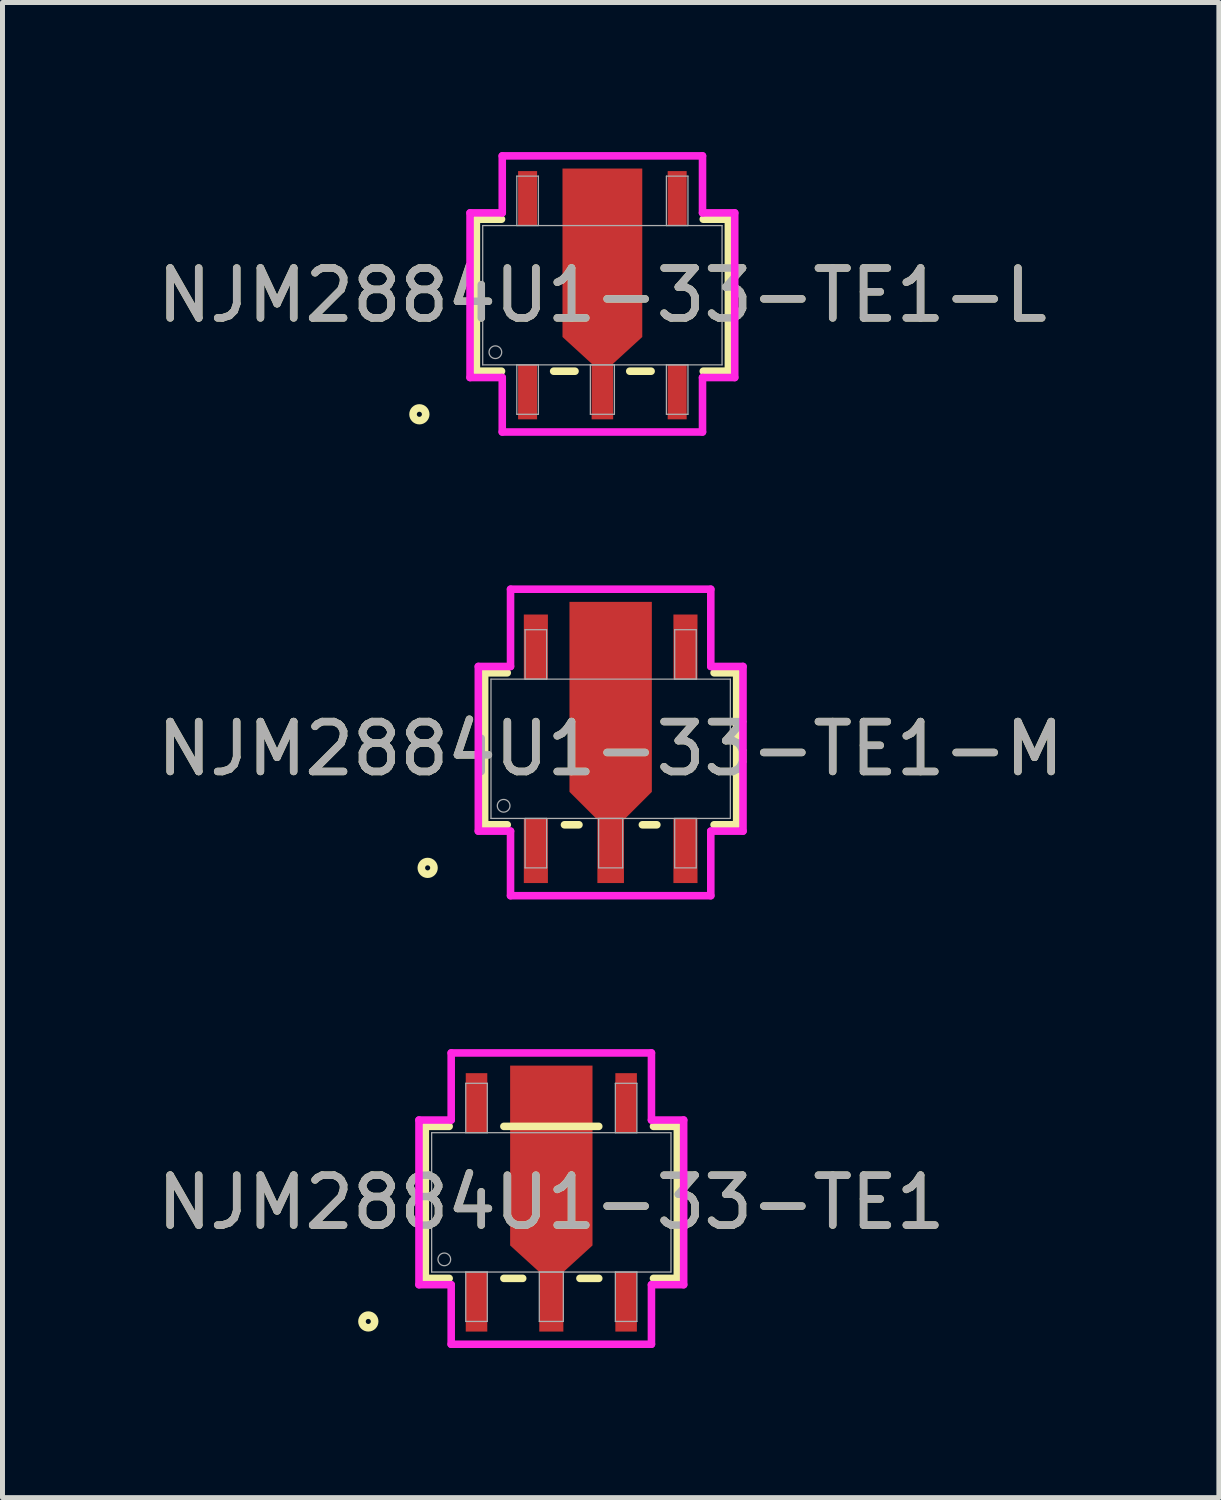
<source format=kicad_pcb>
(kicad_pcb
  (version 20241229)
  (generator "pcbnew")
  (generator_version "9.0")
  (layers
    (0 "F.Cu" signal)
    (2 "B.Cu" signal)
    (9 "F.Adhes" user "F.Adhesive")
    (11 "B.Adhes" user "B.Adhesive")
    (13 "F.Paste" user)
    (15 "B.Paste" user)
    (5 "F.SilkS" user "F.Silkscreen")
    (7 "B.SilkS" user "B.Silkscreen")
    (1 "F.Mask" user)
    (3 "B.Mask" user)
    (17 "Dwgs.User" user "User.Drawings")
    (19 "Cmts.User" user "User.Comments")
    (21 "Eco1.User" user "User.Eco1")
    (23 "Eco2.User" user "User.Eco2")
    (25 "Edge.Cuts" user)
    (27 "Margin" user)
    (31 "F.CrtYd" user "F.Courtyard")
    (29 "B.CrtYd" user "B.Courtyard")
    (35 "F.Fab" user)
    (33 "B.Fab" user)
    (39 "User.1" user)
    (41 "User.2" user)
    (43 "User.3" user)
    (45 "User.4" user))
  (footprint "NJM2884U1-33-TE1"
    (layer "F.Cu")
    (at 8.006 21.062)
    (property "Reference" "NJM2884U1-33-TE1" (at 0 0 0) (unlocked yes) (layer "F.SilkS") (effects (font (size 1 1) (thickness 0.15))))
    (attr smd)
    (fp_poly (pts (xy -0.241 1.397) (xy -0.826 0.864) (xy -0.826 -2.743) (xy -0.267 -2.743) (xy 0.267 -2.743) (xy 0.826 -2.743) (xy 0.826 0.864) (xy 0.241 1.397)) (stroke (width 0) (type solid)) (fill yes) (layer "F.Cu"))
    (fp_poly (pts (xy -0.241 1.397) (xy -0.826 0.864) (xy -0.826 -2.743) (xy -0.267 -2.743) (xy 0.267 -2.743) (xy 0.826 -2.743) (xy 0.826 0.864) (xy 0.241 1.397)) (stroke (width 0) (type solid)) (fill yes) (layer "F.Mask"))
    (fp_line (start -2.527 -1.524) (end -2.527 1.524) (stroke (width 0.152) (type solid)) (layer "F.SilkS"))
    (fp_line (start -2.527 1.524) (end -2.049 1.524) (stroke (width 0.152) (type solid)) (layer "F.SilkS"))
    (fp_line (start -2.049 -1.524) (end -2.527 -1.524) (stroke (width 0.152) (type solid)) (layer "F.SilkS"))
    (fp_line (start -0.951 1.524) (end -0.574 1.524) (stroke (width 0.152) (type solid)) (layer "F.SilkS"))
    (fp_line (start 0.574 1.524) (end 0.951 1.524) (stroke (width 0.152) (type solid)) (layer "F.SilkS"))
    (fp_line (start 0.951 -1.524) (end -0.951 -1.524) (stroke (width 0.152) (type solid)) (layer "F.SilkS"))
    (fp_line (start 2.049 1.524) (end 2.527 1.524) (stroke (width 0.152) (type solid)) (layer "F.SilkS"))
    (fp_line (start 2.527 -1.524) (end 2.049 -1.524) (stroke (width 0.152) (type solid)) (layer "F.SilkS"))
    (fp_line (start 2.527 1.524) (end 2.527 -1.524) (stroke (width 0.152) (type solid)) (layer "F.SilkS"))
    (fp_circle (center -3.67 2.388) (end -3.543 2.388) (stroke (width 0.152) (type solid)) (fill no) (layer "F.SilkS"))
    (fp_poly (pts (xy -0.241 1.397) (xy -0.826 0.864) (xy -0.826 -2.743) (xy -0.267 -2.743) (xy 0.267 -2.743) (xy 0.826 -2.743) (xy 0.826 0.864) (xy 0.241 1.397)) (stroke (width 0) (type solid)) (fill yes) (layer "F.Paste"))
    (fp_line (start -2.654 -1.651) (end -2.008 -1.651) (stroke (width 0.152) (type solid)) (layer "F.CrtYd"))
    (fp_line (start -2.654 1.651) (end -2.654 -1.651) (stroke (width 0.152) (type solid)) (layer "F.CrtYd"))
    (fp_line (start -2.008 -2.997) (end 2.008 -2.997) (stroke (width 0.152) (type solid)) (layer "F.CrtYd"))
    (fp_line (start -2.008 -1.651) (end -2.008 -2.997) (stroke (width 0.152) (type solid)) (layer "F.CrtYd"))
    (fp_line (start -2.008 1.651) (end -2.654 1.651) (stroke (width 0.152) (type solid)) (layer "F.CrtYd"))
    (fp_line (start -2.008 2.845) (end -2.008 1.651) (stroke (width 0.152) (type solid)) (layer "F.CrtYd"))
    (fp_line (start 2.008 -2.997) (end 2.008 -1.651) (stroke (width 0.152) (type solid)) (layer "F.CrtYd"))
    (fp_line (start 2.008 -1.651) (end 2.654 -1.651) (stroke (width 0.152) (type solid)) (layer "F.CrtYd"))
    (fp_line (start 2.008 1.651) (end 2.008 2.845) (stroke (width 0.152) (type solid)) (layer "F.CrtYd"))
    (fp_line (start 2.008 2.845) (end -2.008 2.845) (stroke (width 0.152) (type solid)) (layer "F.CrtYd"))
    (fp_line (start 2.654 -1.651) (end 2.654 1.651) (stroke (width 0.152) (type solid)) (layer "F.CrtYd"))
    (fp_line (start 2.654 1.651) (end 2.008 1.651) (stroke (width 0.152) (type solid)) (layer "F.CrtYd"))
    (fp_line (start -2.4 -1.397) (end -2.4 1.397) (stroke (width 0.025) (type solid)) (layer "F.Fab"))
    (fp_line (start -2.4 1.397) (end 2.4 1.397) (stroke (width 0.025) (type solid)) (layer "F.Fab"))
    (fp_line (start -1.716 -2.388) (end -1.716 -1.397) (stroke (width 0.025) (type solid)) (layer "F.Fab"))
    (fp_line (start -1.716 -1.397) (end -1.284 -1.397) (stroke (width 0.025) (type solid)) (layer "F.Fab"))
    (fp_line (start -1.716 1.397) (end -1.716 2.388) (stroke (width 0.025) (type solid)) (layer "F.Fab"))
    (fp_line (start -1.716 2.388) (end -1.284 2.388) (stroke (width 0.025) (type solid)) (layer "F.Fab"))
    (fp_line (start -1.284 -2.388) (end -1.716 -2.388) (stroke (width 0.025) (type solid)) (layer "F.Fab"))
    (fp_line (start -1.284 -1.397) (end -1.284 -2.388) (stroke (width 0.025) (type solid)) (layer "F.Fab"))
    (fp_line (start -1.284 1.397) (end -1.716 1.397) (stroke (width 0.025) (type solid)) (layer "F.Fab"))
    (fp_line (start -1.284 2.388) (end -1.284 1.397) (stroke (width 0.025) (type solid)) (layer "F.Fab"))
    (fp_line (start -0.241 1.397) (end -0.241 2.388) (stroke (width 0.025) (type solid)) (layer "F.Fab"))
    (fp_line (start -0.241 2.388) (end 0.241 2.388) (stroke (width 0.025) (type solid)) (layer "F.Fab"))
    (fp_line (start 0.241 1.397) (end -0.241 1.397) (stroke (width 0.025) (type solid)) (layer "F.Fab"))
    (fp_line (start 0.241 2.388) (end 0.241 1.397) (stroke (width 0.025) (type solid)) (layer "F.Fab"))
    (fp_line (start 1.284 -2.388) (end 1.284 -1.397) (stroke (width 0.025) (type solid)) (layer "F.Fab"))
    (fp_line (start 1.284 -1.397) (end 1.716 -1.397) (stroke (width 0.025) (type solid)) (layer "F.Fab"))
    (fp_line (start 1.284 1.397) (end 1.284 2.388) (stroke (width 0.025) (type solid)) (layer "F.Fab"))
    (fp_line (start 1.284 2.388) (end 1.716 2.388) (stroke (width 0.025) (type solid)) (layer "F.Fab"))
    (fp_line (start 1.716 -2.388) (end 1.284 -2.388) (stroke (width 0.025) (type solid)) (layer "F.Fab"))
    (fp_line (start 1.716 -1.397) (end 1.716 -2.388) (stroke (width 0.025) (type solid)) (layer "F.Fab"))
    (fp_line (start 1.716 1.397) (end 1.284 1.397) (stroke (width 0.025) (type solid)) (layer "F.Fab"))
    (fp_line (start 1.716 2.388) (end 1.716 1.397) (stroke (width 0.025) (type solid)) (layer "F.Fab"))
    (fp_line (start 2.4 -1.397) (end -2.4 -1.397) (stroke (width 0.025) (type solid)) (layer "F.Fab"))
    (fp_line (start 2.4 1.397) (end 2.4 -1.397) (stroke (width 0.025) (type solid)) (layer "F.Fab"))
    (fp_circle (center -2.146 1.143) (end -2.019 1.143) (stroke (width 0.025) (type solid)) (fill no) (layer "F.Fab"))
    (fp_text user "${REFERENCE}" (at 0 0 0) (unlocked yes) (layer "F.Fab") (effects (font (size 1 1) (thickness 0.15))))
    (pad "1" smd rect (at -1.5 1.994) (size 0.432 1.194) (layers "F.Cu" "F.Mask" "F.Paste"))
    (pad "2" smd rect (at 0 1.994) (size 0.483 1.194) (layers "F.Cu" "F.Mask" "F.Paste"))
    (pad "3" smd rect (at 1.5 1.994) (size 0.432 1.194) (layers "F.Cu" "F.Mask" "F.Paste"))
    (pad "4" smd rect (at 1.5 -1.994) (size 0.432 1.194) (layers "F.Cu" "F.Mask" "F.Paste"))
    (pad "5" smd rect (at -1.5 -1.994) (size 0.432 1.194) (layers "F.Cu" "F.Mask" "F.Paste")))
  (footprint "NJM2884U1-33-TE1-L"
    (layer "F.Cu")
    (at 9.03 2.87)
    (property "Reference" "NJM2884U1-33-TE1-L" (at 0 0 0) (unlocked yes) (layer "F.SilkS") (effects (font (size 1 1) (thickness 0.15))))
    (attr smd)
    (fp_poly (pts (xy -0.216 1.397) (xy -0.216 1.372) (xy -0.8 0.838) (xy -0.8 -2.54) (xy -0.241 -2.54) (xy 0.241 -2.54) (xy 0.8 -2.54) (xy 0.8 0.838) (xy 0.216 1.372) (xy 0.216 1.397)) (stroke (width 0) (type solid)) (fill yes) (layer "F.Cu"))
    (fp_poly (pts (xy -0.216 1.397) (xy -0.216 1.372) (xy -0.8 0.838) (xy -0.8 -2.54) (xy -0.241 -2.54) (xy 0.241 -2.54) (xy 0.8 -2.54) (xy 0.8 0.838) (xy 0.216 1.372) (xy 0.216 1.397)) (stroke (width 0) (type solid)) (fill yes) (layer "F.Mask"))
    (fp_line (start -2.527 -1.524) (end -2.527 1.524) (stroke (width 0.152) (type solid)) (layer "F.SilkS"))
    (fp_line (start -2.527 1.524) (end -2.023 1.524) (stroke (width 0.152) (type solid)) (layer "F.SilkS"))
    (fp_line (start -2.023 -1.524) (end -2.527 -1.524) (stroke (width 0.152) (type solid)) (layer "F.SilkS"))
    (fp_line (start -0.977 1.524) (end -0.549 1.524) (stroke (width 0.152) (type solid)) (layer "F.SilkS"))
    (fp_line (start 0.549 1.524) (end 0.977 1.524) (stroke (width 0.152) (type solid)) (layer "F.SilkS"))
    (fp_line (start 2.023 1.524) (end 2.527 1.524) (stroke (width 0.152) (type solid)) (layer "F.SilkS"))
    (fp_line (start 2.527 -1.524) (end 2.023 -1.524) (stroke (width 0.152) (type solid)) (layer "F.SilkS"))
    (fp_line (start 2.527 1.524) (end 2.527 -1.524) (stroke (width 0.152) (type solid)) (layer "F.SilkS"))
    (fp_circle (center -3.67 2.388) (end -3.543 2.388) (stroke (width 0.152) (type solid)) (fill no) (layer "F.SilkS"))
    (fp_poly (pts (xy -0.216 1.397) (xy -0.216 1.372) (xy -0.8 0.838) (xy -0.8 -2.54) (xy -0.241 -2.54) (xy 0.241 -2.54) (xy 0.8 -2.54) (xy 0.8 0.838) (xy 0.216 1.372) (xy 0.216 1.397)) (stroke (width 0) (type solid)) (fill yes) (layer "F.Paste"))
    (fp_line (start -2.654 -1.651) (end -2.008 -1.651) (stroke (width 0.152) (type solid)) (layer "F.CrtYd"))
    (fp_line (start -2.654 1.651) (end -2.654 -1.651) (stroke (width 0.152) (type solid)) (layer "F.CrtYd"))
    (fp_line (start -2.008 -2.794) (end 2.008 -2.794) (stroke (width 0.152) (type solid)) (layer "F.CrtYd"))
    (fp_line (start -2.008 -1.651) (end -2.008 -2.794) (stroke (width 0.152) (type solid)) (layer "F.CrtYd"))
    (fp_line (start -2.008 1.651) (end -2.654 1.651) (stroke (width 0.152) (type solid)) (layer "F.CrtYd"))
    (fp_line (start -2.008 2.743) (end -2.008 1.651) (stroke (width 0.152) (type solid)) (layer "F.CrtYd"))
    (fp_line (start 2.008 -2.794) (end 2.008 -1.651) (stroke (width 0.152) (type solid)) (layer "F.CrtYd"))
    (fp_line (start 2.008 -1.651) (end 2.654 -1.651) (stroke (width 0.152) (type solid)) (layer "F.CrtYd"))
    (fp_line (start 2.008 1.651) (end 2.008 2.743) (stroke (width 0.152) (type solid)) (layer "F.CrtYd"))
    (fp_line (start 2.008 2.743) (end -2.008 2.743) (stroke (width 0.152) (type solid)) (layer "F.CrtYd"))
    (fp_line (start 2.654 -1.651) (end 2.654 1.651) (stroke (width 0.152) (type solid)) (layer "F.CrtYd"))
    (fp_line (start 2.654 1.651) (end 2.008 1.651) (stroke (width 0.152) (type solid)) (layer "F.CrtYd"))
    (fp_line (start -2.4 -1.397) (end -2.4 1.397) (stroke (width 0.025) (type solid)) (layer "F.Fab"))
    (fp_line (start -2.4 1.397) (end 2.4 1.397) (stroke (width 0.025) (type solid)) (layer "F.Fab"))
    (fp_line (start -1.716 -2.388) (end -1.716 -1.397) (stroke (width 0.025) (type solid)) (layer "F.Fab"))
    (fp_line (start -1.716 -1.397) (end -1.284 -1.397) (stroke (width 0.025) (type solid)) (layer "F.Fab"))
    (fp_line (start -1.716 1.397) (end -1.716 2.388) (stroke (width 0.025) (type solid)) (layer "F.Fab"))
    (fp_line (start -1.716 2.388) (end -1.284 2.388) (stroke (width 0.025) (type solid)) (layer "F.Fab"))
    (fp_line (start -1.284 -2.388) (end -1.716 -2.388) (stroke (width 0.025) (type solid)) (layer "F.Fab"))
    (fp_line (start -1.284 -1.397) (end -1.284 -2.388) (stroke (width 0.025) (type solid)) (layer "F.Fab"))
    (fp_line (start -1.284 1.397) (end -1.716 1.397) (stroke (width 0.025) (type solid)) (layer "F.Fab"))
    (fp_line (start -1.284 2.388) (end -1.284 1.397) (stroke (width 0.025) (type solid)) (layer "F.Fab"))
    (fp_line (start -0.241 1.397) (end -0.241 2.388) (stroke (width 0.025) (type solid)) (layer "F.Fab"))
    (fp_line (start -0.241 2.388) (end 0.241 2.388) (stroke (width 0.025) (type solid)) (layer "F.Fab"))
    (fp_line (start 0.241 1.397) (end -0.241 1.397) (stroke (width 0.025) (type solid)) (layer "F.Fab"))
    (fp_line (start 0.241 2.388) (end 0.241 1.397) (stroke (width 0.025) (type solid)) (layer "F.Fab"))
    (fp_line (start 1.284 -2.388) (end 1.284 -1.397) (stroke (width 0.025) (type solid)) (layer "F.Fab"))
    (fp_line (start 1.284 -1.397) (end 1.716 -1.397) (stroke (width 0.025) (type solid)) (layer "F.Fab"))
    (fp_line (start 1.284 1.397) (end 1.284 2.388) (stroke (width 0.025) (type solid)) (layer "F.Fab"))
    (fp_line (start 1.284 2.388) (end 1.716 2.388) (stroke (width 0.025) (type solid)) (layer "F.Fab"))
    (fp_line (start 1.716 -2.388) (end 1.284 -2.388) (stroke (width 0.025) (type solid)) (layer "F.Fab"))
    (fp_line (start 1.716 -1.397) (end 1.716 -2.388) (stroke (width 0.025) (type solid)) (layer "F.Fab"))
    (fp_line (start 1.716 1.397) (end 1.284 1.397) (stroke (width 0.025) (type solid)) (layer "F.Fab"))
    (fp_line (start 1.716 2.388) (end 1.716 1.397) (stroke (width 0.025) (type solid)) (layer "F.Fab"))
    (fp_line (start 2.4 -1.397) (end -2.4 -1.397) (stroke (width 0.025) (type solid)) (layer "F.Fab"))
    (fp_line (start 2.4 1.397) (end 2.4 -1.397) (stroke (width 0.025) (type solid)) (layer "F.Fab"))
    (fp_circle (center -2.146 1.143) (end -2.019 1.143) (stroke (width 0.025) (type solid)) (fill no) (layer "F.Fab"))
    (fp_text user "${REFERENCE}" (at 0 0 0) (unlocked yes) (layer "F.Fab") (effects (font (size 1 1) (thickness 0.15))))
    (pad "1" smd rect (at -1.5 1.943) (size 0.381 1.092) (layers "F.Cu" "F.Mask" "F.Paste"))
    (pad "2" smd rect (at 0 1.943) (size 0.432 1.092) (layers "F.Cu" "F.Mask" "F.Paste"))
    (pad "3" smd rect (at 1.5 1.943) (size 0.381 1.092) (layers "F.Cu" "F.Mask" "F.Paste"))
    (pad "4" smd rect (at 1.5 -1.943) (size 0.381 1.092) (layers "F.Cu" "F.Mask" "F.Paste"))
    (pad "5" smd rect (at -1.5 -1.943) (size 0.381 1.092) (layers "F.Cu" "F.Mask" "F.Paste")))
  (footprint "NJM2884U1-33-TE1-M"
    (layer "F.Cu")
    (at 9.196 11.966)
    (property "Reference" "NJM2884U1-33-TE1-M" (at 0 0 0) (unlocked yes) (layer "F.SilkS") (effects (font (size 1 1) (thickness 0.15))))
    (attr smd)
    (fp_poly (pts (xy -0.267 1.397) (xy -0.267 1.422) (xy -0.826 0.864) (xy -0.826 -2.946) (xy -0.267 -2.946) (xy 0.267 -2.946) (xy 0.826 -2.946) (xy 0.826 0.864) (xy 0.267 1.422) (xy 0.267 1.397)) (stroke (width 0) (type solid)) (fill yes) (layer "F.Cu"))
    (fp_poly (pts (xy -0.267 1.397) (xy -0.267 1.422) (xy -0.826 0.864) (xy -0.826 -2.946) (xy -0.267 -2.946) (xy 0.267 -2.946) (xy 0.826 -2.946) (xy 0.826 0.864) (xy 0.267 1.422) (xy 0.267 1.397)) (stroke (width 0) (type solid)) (fill yes) (layer "F.Mask"))
    (fp_line (start -2.527 -1.524) (end -2.527 1.524) (stroke (width 0.152) (type solid)) (layer "F.SilkS"))
    (fp_line (start -2.527 1.524) (end -2.074 1.524) (stroke (width 0.152) (type solid)) (layer "F.SilkS"))
    (fp_line (start -2.074 -1.524) (end -2.527 -1.524) (stroke (width 0.152) (type solid)) (layer "F.SilkS"))
    (fp_line (start -0.926 1.524) (end -0.636 1.524) (stroke (width 0.152) (type solid)) (layer "F.SilkS"))
    (fp_line (start 0.636 1.524) (end 0.926 1.524) (stroke (width 0.152) (type solid)) (layer "F.SilkS"))
    (fp_line (start 2.074 1.524) (end 2.527 1.524) (stroke (width 0.152) (type solid)) (layer "F.SilkS"))
    (fp_line (start 2.527 -1.524) (end 2.074 -1.524) (stroke (width 0.152) (type solid)) (layer "F.SilkS"))
    (fp_line (start 2.527 1.524) (end 2.527 -1.524) (stroke (width 0.152) (type solid)) (layer "F.SilkS"))
    (fp_circle (center -3.67 2.388) (end -3.543 2.388) (stroke (width 0.152) (type solid)) (fill no) (layer "F.SilkS"))
    (fp_poly (pts (xy -0.267 1.397) (xy -0.267 1.422) (xy -0.826 0.864) (xy -0.826 -2.946) (xy -0.267 -2.946) (xy 0.267 -2.946) (xy 0.826 -2.946) (xy 0.826 0.864) (xy 0.267 1.422) (xy 0.267 1.397)) (stroke (width 0) (type solid)) (fill yes) (layer "F.Paste"))
    (fp_line (start -2.654 -1.651) (end -2.008 -1.651) (stroke (width 0.152) (type solid)) (layer "F.CrtYd"))
    (fp_line (start -2.654 1.651) (end -2.654 -1.651) (stroke (width 0.152) (type solid)) (layer "F.CrtYd"))
    (fp_line (start -2.008 -3.2) (end 2.008 -3.2) (stroke (width 0.152) (type solid)) (layer "F.CrtYd"))
    (fp_line (start -2.008 -1.651) (end -2.008 -3.2) (stroke (width 0.152) (type solid)) (layer "F.CrtYd"))
    (fp_line (start -2.008 1.651) (end -2.654 1.651) (stroke (width 0.152) (type solid)) (layer "F.CrtYd"))
    (fp_line (start -2.008 2.946) (end -2.008 1.651) (stroke (width 0.152) (type solid)) (layer "F.CrtYd"))
    (fp_line (start 2.008 -3.2) (end 2.008 -1.651) (stroke (width 0.152) (type solid)) (layer "F.CrtYd"))
    (fp_line (start 2.008 -1.651) (end 2.654 -1.651) (stroke (width 0.152) (type solid)) (layer "F.CrtYd"))
    (fp_line (start 2.008 1.651) (end 2.008 2.946) (stroke (width 0.152) (type solid)) (layer "F.CrtYd"))
    (fp_line (start 2.008 2.946) (end -2.008 2.946) (stroke (width 0.152) (type solid)) (layer "F.CrtYd"))
    (fp_line (start 2.654 -1.651) (end 2.654 1.651) (stroke (width 0.152) (type solid)) (layer "F.CrtYd"))
    (fp_line (start 2.654 1.651) (end 2.008 1.651) (stroke (width 0.152) (type solid)) (layer "F.CrtYd"))
    (fp_line (start -2.4 -1.397) (end -2.4 1.397) (stroke (width 0.025) (type solid)) (layer "F.Fab"))
    (fp_line (start -2.4 1.397) (end 2.4 1.397) (stroke (width 0.025) (type solid)) (layer "F.Fab"))
    (fp_line (start -1.716 -2.388) (end -1.716 -1.397) (stroke (width 0.025) (type solid)) (layer "F.Fab"))
    (fp_line (start -1.716 -1.397) (end -1.284 -1.397) (stroke (width 0.025) (type solid)) (layer "F.Fab"))
    (fp_line (start -1.716 1.397) (end -1.716 2.388) (stroke (width 0.025) (type solid)) (layer "F.Fab"))
    (fp_line (start -1.716 2.388) (end -1.284 2.388) (stroke (width 0.025) (type solid)) (layer "F.Fab"))
    (fp_line (start -1.284 -2.388) (end -1.716 -2.388) (stroke (width 0.025) (type solid)) (layer "F.Fab"))
    (fp_line (start -1.284 -1.397) (end -1.284 -2.388) (stroke (width 0.025) (type solid)) (layer "F.Fab"))
    (fp_line (start -1.284 1.397) (end -1.716 1.397) (stroke (width 0.025) (type solid)) (layer "F.Fab"))
    (fp_line (start -1.284 2.388) (end -1.284 1.397) (stroke (width 0.025) (type solid)) (layer "F.Fab"))
    (fp_line (start -0.241 1.397) (end -0.241 2.388) (stroke (width 0.025) (type solid)) (layer "F.Fab"))
    (fp_line (start -0.241 2.388) (end 0.241 2.388) (stroke (width 0.025) (type solid)) (layer "F.Fab"))
    (fp_line (start 0.241 1.397) (end -0.241 1.397) (stroke (width 0.025) (type solid)) (layer "F.Fab"))
    (fp_line (start 0.241 2.388) (end 0.241 1.397) (stroke (width 0.025) (type solid)) (layer "F.Fab"))
    (fp_line (start 1.284 -2.388) (end 1.284 -1.397) (stroke (width 0.025) (type solid)) (layer "F.Fab"))
    (fp_line (start 1.284 -1.397) (end 1.716 -1.397) (stroke (width 0.025) (type solid)) (layer "F.Fab"))
    (fp_line (start 1.284 1.397) (end 1.284 2.388) (stroke (width 0.025) (type solid)) (layer "F.Fab"))
    (fp_line (start 1.284 2.388) (end 1.716 2.388) (stroke (width 0.025) (type solid)) (layer "F.Fab"))
    (fp_line (start 1.716 -2.388) (end 1.284 -2.388) (stroke (width 0.025) (type solid)) (layer "F.Fab"))
    (fp_line (start 1.716 -1.397) (end 1.716 -2.388) (stroke (width 0.025) (type solid)) (layer "F.Fab"))
    (fp_line (start 1.716 1.397) (end 1.284 1.397) (stroke (width 0.025) (type solid)) (layer "F.Fab"))
    (fp_line (start 1.716 2.388) (end 1.716 1.397) (stroke (width 0.025) (type solid)) (layer "F.Fab"))
    (fp_line (start 2.4 -1.397) (end -2.4 -1.397) (stroke (width 0.025) (type solid)) (layer "F.Fab"))
    (fp_line (start 2.4 1.397) (end 2.4 -1.397) (stroke (width 0.025) (type solid)) (layer "F.Fab"))
    (fp_circle (center -2.146 1.143) (end -2.019 1.143) (stroke (width 0.025) (type solid)) (fill no) (layer "F.Fab"))
    (fp_text user "${REFERENCE}" (at 0 0 0) (unlocked yes) (layer "F.Fab") (effects (font (size 1 1) (thickness 0.15))))
    (pad "1" smd rect (at -1.5 2.045) (size 0.483 1.295) (layers "F.Cu" "F.Mask" "F.Paste"))
    (pad "2" smd rect (at 0 2.045) (size 0.533 1.295) (layers "F.Cu" "F.Mask" "F.Paste"))
    (pad "3" smd rect (at 1.5 2.045) (size 0.483 1.295) (layers "F.Cu" "F.Mask" "F.Paste"))
    (pad "4" smd rect (at 1.5 -2.045) (size 0.483 1.295) (layers "F.Cu" "F.Mask" "F.Paste"))
    (pad "5" smd rect (at -1.5 -2.045) (size 0.483 1.295) (layers "F.Cu" "F.Mask" "F.Paste")))
  (gr_rect
    (start -3 -3)
    (end 21.393 26.983)
    (stroke (width 0.1) (type default))
    (fill no)
    (layer "Edge.Cuts")))
</source>
